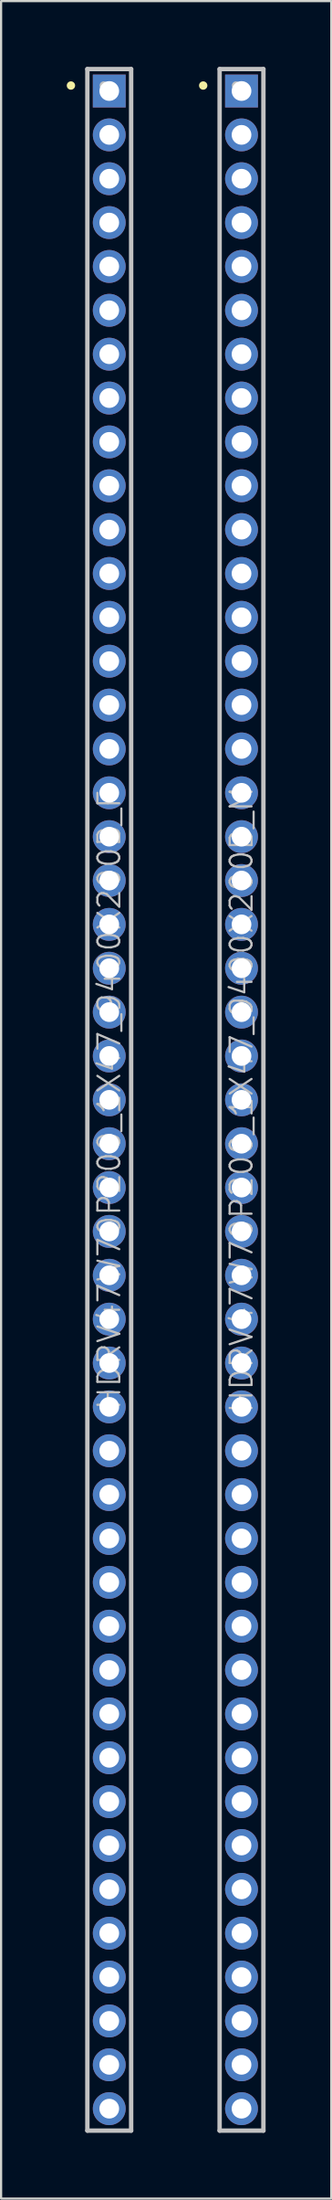
<source format=kicad_pcb>
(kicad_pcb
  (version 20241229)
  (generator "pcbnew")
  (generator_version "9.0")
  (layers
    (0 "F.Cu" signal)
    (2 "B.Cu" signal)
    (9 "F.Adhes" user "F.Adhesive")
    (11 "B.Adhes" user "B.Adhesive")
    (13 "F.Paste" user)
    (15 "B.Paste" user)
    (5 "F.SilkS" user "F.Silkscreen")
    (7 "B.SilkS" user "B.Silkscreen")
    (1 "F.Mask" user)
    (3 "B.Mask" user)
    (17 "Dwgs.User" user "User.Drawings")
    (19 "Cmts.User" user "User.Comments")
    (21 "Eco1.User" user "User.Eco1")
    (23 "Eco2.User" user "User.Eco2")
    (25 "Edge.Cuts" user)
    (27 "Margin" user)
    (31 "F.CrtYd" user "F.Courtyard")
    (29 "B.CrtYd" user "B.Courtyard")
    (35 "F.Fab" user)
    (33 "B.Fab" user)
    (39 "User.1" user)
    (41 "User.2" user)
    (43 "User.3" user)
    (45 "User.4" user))
  (footprint "HDRV47W70P200_1X47_9400X200B_M"
    (layer "F.Cu")
    (at 7.981 47.1)
    (property "Reference" "HDRV47W70P200_1X47_9400X200B_M" (at 0 0 90) (layer "Dwgs.User") (effects (font (size 1 1) (thickness 0.1))))
    (attr through_hole)
    (fp_line (start -1.75 -46.25) (end -1.75 -46.25) (stroke (width 0.381) (type solid)) (layer "F.SilkS"))
    (fp_line (start -1 -47) (end -1 47) (stroke (width 0.2) (type solid)) (layer "Dwgs.User"))
    (fp_line (start -1 -47) (end 1 -47) (stroke (width 0.2) (type solid)) (layer "Dwgs.User"))
    (fp_line (start -1 47) (end 1 47) (stroke (width 0.2) (type solid)) (layer "Dwgs.User"))
    (fp_line (start -0.25 -46.25) (end -0.25 -46.25) (stroke (width 0.381) (type solid)) (layer "Dwgs.User"))
    (fp_line (start 1 -47) (end 1 47) (stroke (width 0.2) (type solid)) (layer "Dwgs.User"))
    (pad "1" thru_hole rect (at 0 -46) (size 1.5 1.5) (drill 0.9) (layers "*.Cu" "*.Mask"))
    (pad "2" thru_hole circle (at 0 -44 270) (size 1.5 1.5) (drill 0.9) (layers "*.Cu" "*.Mask"))
    (pad "3" thru_hole circle (at 0 -42 270) (size 1.5 1.5) (drill 0.9) (layers "*.Cu" "*.Mask"))
    (pad "4" thru_hole circle (at 0 -40 270) (size 1.5 1.5) (drill 0.9) (layers "*.Cu" "*.Mask"))
    (pad "5" thru_hole circle (at 0 -38 270) (size 1.5 1.5) (drill 0.9) (layers "*.Cu" "*.Mask"))
    (pad "6" thru_hole circle (at 0 -36 270) (size 1.5 1.5) (drill 0.9) (layers "*.Cu" "*.Mask"))
    (pad "7" thru_hole circle (at 0 -34 270) (size 1.5 1.5) (drill 0.9) (layers "*.Cu" "*.Mask"))
    (pad "8" thru_hole circle (at 0 -32 270) (size 1.5 1.5) (drill 0.9) (layers "*.Cu" "*.Mask"))
    (pad "9" thru_hole circle (at 0 -30 270) (size 1.5 1.5) (drill 0.9) (layers "*.Cu" "*.Mask"))
    (pad "10" thru_hole circle (at 0 -28 270) (size 1.5 1.5) (drill 0.9) (layers "*.Cu" "*.Mask"))
    (pad "11" thru_hole circle (at 0 -26 270) (size 1.5 1.5) (drill 0.9) (layers "*.Cu" "*.Mask"))
    (pad "12" thru_hole circle (at 0 -24 270) (size 1.5 1.5) (drill 0.9) (layers "*.Cu" "*.Mask"))
    (pad "13" thru_hole circle (at 0 -22 270) (size 1.5 1.5) (drill 0.9) (layers "*.Cu" "*.Mask"))
    (pad "14" thru_hole circle (at 0 -20 270) (size 1.5 1.5) (drill 0.9) (layers "*.Cu" "*.Mask"))
    (pad "15" thru_hole circle (at 0 -18 270) (size 1.5 1.5) (drill 0.9) (layers "*.Cu" "*.Mask"))
    (pad "16" thru_hole circle (at 0 -16 270) (size 1.5 1.5) (drill 0.9) (layers "*.Cu" "*.Mask"))
    (pad "17" thru_hole circle (at 0 -14 270) (size 1.5 1.5) (drill 0.9) (layers "*.Cu" "*.Mask"))
    (pad "18" thru_hole circle (at 0 -12 270) (size 1.5 1.5) (drill 0.9) (layers "*.Cu" "*.Mask"))
    (pad "19" thru_hole circle (at 0 -10 270) (size 1.5 1.5) (drill 0.9) (layers "*.Cu" "*.Mask"))
    (pad "20" thru_hole circle (at 0 -8 270) (size 1.5 1.5) (drill 0.9) (layers "*.Cu" "*.Mask"))
    (pad "21" thru_hole circle (at 0 -6 270) (size 1.5 1.5) (drill 0.9) (layers "*.Cu" "*.Mask"))
    (pad "22" thru_hole circle (at 0 -4 270) (size 1.5 1.5) (drill 0.9) (layers "*.Cu" "*.Mask"))
    (pad "23" thru_hole circle (at 0 -2 270) (size 1.5 1.5) (drill 0.9) (layers "*.Cu" "*.Mask"))
    (pad "24" thru_hole circle (at 0 0 270) (size 1.5 1.5) (drill 0.9) (layers "*.Cu" "*.Mask"))
    (pad "25" thru_hole circle (at 0 2 270) (size 1.5 1.5) (drill 0.9) (layers "*.Cu" "*.Mask"))
    (pad "26" thru_hole circle (at 0 4 270) (size 1.5 1.5) (drill 0.9) (layers "*.Cu" "*.Mask"))
    (pad "27" thru_hole circle (at 0 6 270) (size 1.5 1.5) (drill 0.9) (layers "*.Cu" "*.Mask"))
    (pad "28" thru_hole circle (at 0 8 270) (size 1.5 1.5) (drill 0.9) (layers "*.Cu" "*.Mask"))
    (pad "29" thru_hole circle (at 0 10 270) (size 1.5 1.5) (drill 0.9) (layers "*.Cu" "*.Mask"))
    (pad "30" thru_hole circle (at 0 12 270) (size 1.5 1.5) (drill 0.9) (layers "*.Cu" "*.Mask"))
    (pad "31" thru_hole circle (at 0 14 270) (size 1.5 1.5) (drill 0.9) (layers "*.Cu" "*.Mask"))
    (pad "32" thru_hole circle (at 0 16 270) (size 1.5 1.5) (drill 0.9) (layers "*.Cu" "*.Mask"))
    (pad "33" thru_hole circle (at 0 18 270) (size 1.5 1.5) (drill 0.9) (layers "*.Cu" "*.Mask"))
    (pad "34" thru_hole circle (at 0 20 270) (size 1.5 1.5) (drill 0.9) (layers "*.Cu" "*.Mask"))
    (pad "35" thru_hole circle (at 0 22 270) (size 1.5 1.5) (drill 0.9) (layers "*.Cu" "*.Mask"))
    (pad "36" thru_hole circle (at 0 24 270) (size 1.5 1.5) (drill 0.9) (layers "*.Cu" "*.Mask"))
    (pad "37" thru_hole circle (at 0 26 270) (size 1.5 1.5) (drill 0.9) (layers "*.Cu" "*.Mask"))
    (pad "38" thru_hole circle (at 0 28 270) (size 1.5 1.5) (drill 0.9) (layers "*.Cu" "*.Mask"))
    (pad "39" thru_hole circle (at 0 30 270) (size 1.5 1.5) (drill 0.9) (layers "*.Cu" "*.Mask"))
    (pad "40" thru_hole circle (at 0 32 270) (size 1.5 1.5) (drill 0.9) (layers "*.Cu" "*.Mask"))
    (pad "41" thru_hole circle (at 0 34 270) (size 1.5 1.5) (drill 0.9) (layers "*.Cu" "*.Mask"))
    (pad "42" thru_hole circle (at 0 36 270) (size 1.5 1.5) (drill 0.9) (layers "*.Cu" "*.Mask"))
    (pad "43" thru_hole circle (at 0 38 270) (size 1.5 1.5) (drill 0.9) (layers "*.Cu" "*.Mask"))
    (pad "44" thru_hole circle (at 0 40 270) (size 1.5 1.5) (drill 0.9) (layers "*.Cu" "*.Mask"))
    (pad "45" thru_hole circle (at 0 42 270) (size 1.5 1.5) (drill 0.9) (layers "*.Cu" "*.Mask"))
    (pad "46" thru_hole circle (at 0 44 270) (size 1.5 1.5) (drill 0.9) (layers "*.Cu" "*.Mask"))
    (pad "47" thru_hole circle (at 0 46 270) (size 1.5 1.5) (drill 0.9) (layers "*.Cu" "*.Mask")))
  (footprint "HDRV47W70P200_1X47_9400X200B_F"
    (layer "F.Cu")
    (at 1.94 47.1)
    (property "Reference" "HDRV47W70P200_1X47_9400X200B_F" (at 0 0 90) (layer "Dwgs.User") (effects (font (size 1 1) (thickness 0.1))))
    (attr through_hole)
    (fp_line (start -1.75 -46.25) (end -1.75 -46.25) (stroke (width 0.381) (type solid)) (layer "F.SilkS"))
    (fp_line (start -1 -47) (end -1 47) (stroke (width 0.2) (type solid)) (layer "Dwgs.User"))
    (fp_line (start -1 -47) (end 1 -47) (stroke (width 0.2) (type solid)) (layer "Dwgs.User"))
    (fp_line (start -1 47) (end 1 47) (stroke (width 0.2) (type solid)) (layer "Dwgs.User"))
    (fp_line (start -0.25 -46.25) (end -0.25 -46.25) (stroke (width 0.381) (type solid)) (layer "Dwgs.User"))
    (fp_line (start 1 -47) (end 1 47) (stroke (width 0.2) (type solid)) (layer "Dwgs.User"))
    (pad "1" thru_hole rect (at 0 -46) (size 1.5 1.5) (drill 0.9) (layers "*.Cu" "*.Mask"))
    (pad "2" thru_hole circle (at 0 -44 270) (size 1.5 1.5) (drill 0.9) (layers "*.Cu" "*.Mask"))
    (pad "3" thru_hole circle (at 0 -42 270) (size 1.5 1.5) (drill 0.9) (layers "*.Cu" "*.Mask"))
    (pad "4" thru_hole circle (at 0 -40 270) (size 1.5 1.5) (drill 0.9) (layers "*.Cu" "*.Mask"))
    (pad "5" thru_hole circle (at 0 -38 270) (size 1.5 1.5) (drill 0.9) (layers "*.Cu" "*.Mask"))
    (pad "6" thru_hole circle (at 0 -36 270) (size 1.5 1.5) (drill 0.9) (layers "*.Cu" "*.Mask"))
    (pad "7" thru_hole circle (at 0 -34 270) (size 1.5 1.5) (drill 0.9) (layers "*.Cu" "*.Mask"))
    (pad "8" thru_hole circle (at 0 -32 270) (size 1.5 1.5) (drill 0.9) (layers "*.Cu" "*.Mask"))
    (pad "9" thru_hole circle (at 0 -30 270) (size 1.5 1.5) (drill 0.9) (layers "*.Cu" "*.Mask"))
    (pad "10" thru_hole circle (at 0 -28 270) (size 1.5 1.5) (drill 0.9) (layers "*.Cu" "*.Mask"))
    (pad "11" thru_hole circle (at 0 -26 270) (size 1.5 1.5) (drill 0.9) (layers "*.Cu" "*.Mask"))
    (pad "12" thru_hole circle (at 0 -24 270) (size 1.5 1.5) (drill 0.9) (layers "*.Cu" "*.Mask"))
    (pad "13" thru_hole circle (at 0 -22 270) (size 1.5 1.5) (drill 0.9) (layers "*.Cu" "*.Mask"))
    (pad "14" thru_hole circle (at 0 -20 270) (size 1.5 1.5) (drill 0.9) (layers "*.Cu" "*.Mask"))
    (pad "15" thru_hole circle (at 0 -18 270) (size 1.5 1.5) (drill 0.9) (layers "*.Cu" "*.Mask"))
    (pad "16" thru_hole circle (at 0 -16 270) (size 1.5 1.5) (drill 0.9) (layers "*.Cu" "*.Mask"))
    (pad "17" thru_hole circle (at 0 -14 270) (size 1.5 1.5) (drill 0.9) (layers "*.Cu" "*.Mask"))
    (pad "18" thru_hole circle (at 0 -12 270) (size 1.5 1.5) (drill 0.9) (layers "*.Cu" "*.Mask"))
    (pad "19" thru_hole circle (at 0 -10 270) (size 1.5 1.5) (drill 0.9) (layers "*.Cu" "*.Mask"))
    (pad "20" thru_hole circle (at 0 -8 270) (size 1.5 1.5) (drill 0.9) (layers "*.Cu" "*.Mask"))
    (pad "21" thru_hole circle (at 0 -6 270) (size 1.5 1.5) (drill 0.9) (layers "*.Cu" "*.Mask"))
    (pad "22" thru_hole circle (at 0 -4 270) (size 1.5 1.5) (drill 0.9) (layers "*.Cu" "*.Mask"))
    (pad "23" thru_hole circle (at 0 -2 270) (size 1.5 1.5) (drill 0.9) (layers "*.Cu" "*.Mask"))
    (pad "24" thru_hole circle (at 0 0 270) (size 1.5 1.5) (drill 0.9) (layers "*.Cu" "*.Mask"))
    (pad "25" thru_hole circle (at 0 2 270) (size 1.5 1.5) (drill 0.9) (layers "*.Cu" "*.Mask"))
    (pad "26" thru_hole circle (at 0 4 270) (size 1.5 1.5) (drill 0.9) (layers "*.Cu" "*.Mask"))
    (pad "27" thru_hole circle (at 0 6 270) (size 1.5 1.5) (drill 0.9) (layers "*.Cu" "*.Mask"))
    (pad "28" thru_hole circle (at 0 8 270) (size 1.5 1.5) (drill 0.9) (layers "*.Cu" "*.Mask"))
    (pad "29" thru_hole circle (at 0 10 270) (size 1.5 1.5) (drill 0.9) (layers "*.Cu" "*.Mask"))
    (pad "30" thru_hole circle (at 0 12 270) (size 1.5 1.5) (drill 0.9) (layers "*.Cu" "*.Mask"))
    (pad "31" thru_hole circle (at 0 14 270) (size 1.5 1.5) (drill 0.9) (layers "*.Cu" "*.Mask"))
    (pad "32" thru_hole circle (at 0 16 270) (size 1.5 1.5) (drill 0.9) (layers "*.Cu" "*.Mask"))
    (pad "33" thru_hole circle (at 0 18 270) (size 1.5 1.5) (drill 0.9) (layers "*.Cu" "*.Mask"))
    (pad "34" thru_hole circle (at 0 20 270) (size 1.5 1.5) (drill 0.9) (layers "*.Cu" "*.Mask"))
    (pad "35" thru_hole circle (at 0 22 270) (size 1.5 1.5) (drill 0.9) (layers "*.Cu" "*.Mask"))
    (pad "36" thru_hole circle (at 0 24 270) (size 1.5 1.5) (drill 0.9) (layers "*.Cu" "*.Mask"))
    (pad "37" thru_hole circle (at 0 26 270) (size 1.5 1.5) (drill 0.9) (layers "*.Cu" "*.Mask"))
    (pad "38" thru_hole circle (at 0 28 270) (size 1.5 1.5) (drill 0.9) (layers "*.Cu" "*.Mask"))
    (pad "39" thru_hole circle (at 0 30 270) (size 1.5 1.5) (drill 0.9) (layers "*.Cu" "*.Mask"))
    (pad "40" thru_hole circle (at 0 32 270) (size 1.5 1.5) (drill 0.9) (layers "*.Cu" "*.Mask"))
    (pad "41" thru_hole circle (at 0 34 270) (size 1.5 1.5) (drill 0.9) (layers "*.Cu" "*.Mask"))
    (pad "42" thru_hole circle (at 0 36 270) (size 1.5 1.5) (drill 0.9) (layers "*.Cu" "*.Mask"))
    (pad "43" thru_hole circle (at 0 38 270) (size 1.5 1.5) (drill 0.9) (layers "*.Cu" "*.Mask"))
    (pad "44" thru_hole circle (at 0 40 270) (size 1.5 1.5) (drill 0.9) (layers "*.Cu" "*.Mask"))
    (pad "45" thru_hole circle (at 0 42 270) (size 1.5 1.5) (drill 0.9) (layers "*.Cu" "*.Mask"))
    (pad "46" thru_hole circle (at 0 44 270) (size 1.5 1.5) (drill 0.9) (layers "*.Cu" "*.Mask"))
    (pad "47" thru_hole circle (at 0 46 270) (size 1.5 1.5) (drill 0.9) (layers "*.Cu" "*.Mask")))
  (gr_rect
    (start -3 -3)
    (end 12.081 97.2)
    (stroke (width 0.1) (type default))
    (fill no)
    (layer "Edge.Cuts")))
</source>
